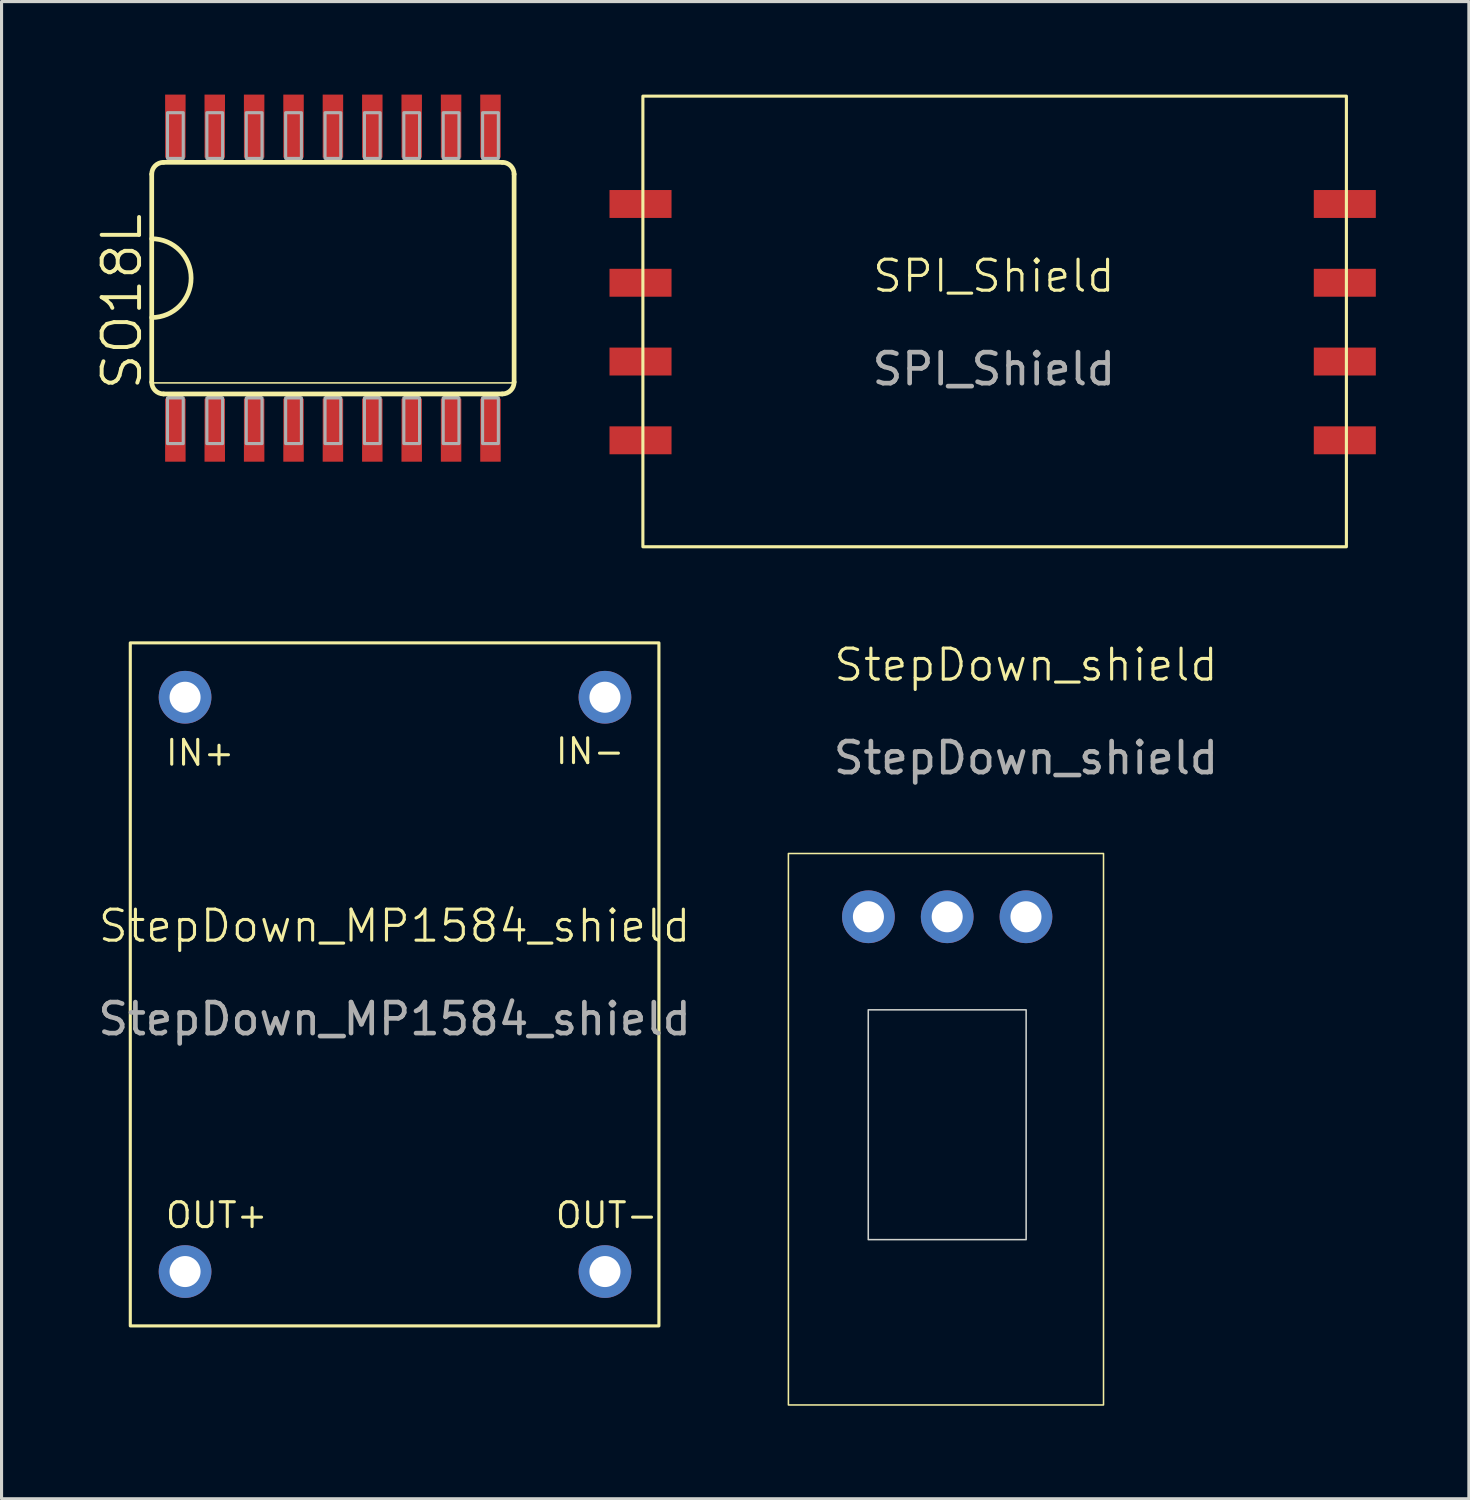
<source format=kicad_pcb>
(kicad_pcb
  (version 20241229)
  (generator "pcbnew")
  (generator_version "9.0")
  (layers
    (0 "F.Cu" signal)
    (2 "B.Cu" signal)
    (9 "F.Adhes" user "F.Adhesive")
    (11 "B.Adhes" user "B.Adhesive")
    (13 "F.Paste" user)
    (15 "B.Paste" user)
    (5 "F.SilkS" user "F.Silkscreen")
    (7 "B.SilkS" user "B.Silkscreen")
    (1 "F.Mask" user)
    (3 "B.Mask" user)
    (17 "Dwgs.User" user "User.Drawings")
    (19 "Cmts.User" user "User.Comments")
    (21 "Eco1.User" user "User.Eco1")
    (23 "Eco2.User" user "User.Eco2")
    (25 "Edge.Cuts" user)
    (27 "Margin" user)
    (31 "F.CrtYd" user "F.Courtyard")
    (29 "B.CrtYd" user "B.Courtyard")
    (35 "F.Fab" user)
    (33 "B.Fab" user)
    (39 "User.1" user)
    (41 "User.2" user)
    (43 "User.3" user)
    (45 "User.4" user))
  (footprint "StepDown_MP1584_shield"
    (layer "F.Cu")
    (at 9.673 27.305)
    (property "Reference" "StepDown_MP1584_shield" (at 0 -0.5 0) (unlocked yes) (layer "F.SilkS") (effects (font (size 1 1) (thickness 0.1))))
    (attr through_hole)
    (fp_rect (start -8.522 -9.627) (end 8.522 12.395) (stroke (width 0.1) (type default)) (fill no) (layer "F.SilkS"))
    (fp_text user "OUT-" (at 5.131 9.296 0) (unlocked yes) (layer "F.SilkS") (effects (font (size 0.8 0.8) (thickness 0.1)) (justify left bottom)))
    (fp_text user "IN+" (at -7.442 -5.613 0) (unlocked yes) (layer "F.SilkS") (effects (font (size 0.8 0.8) (thickness 0.1)) (justify left bottom)))
    (fp_text user "OUT+" (at -7.442 9.296 0) (unlocked yes) (layer "F.SilkS") (effects (font (size 0.8 0.8) (thickness 0.1)) (justify left bottom)))
    (fp_text user "IN-" (at 5.131 -5.664 0) (unlocked yes) (layer "F.SilkS") (effects (font (size 0.8 0.8) (thickness 0.1)) (justify left bottom)))
    (fp_text user "${REFERENCE}" (at 0 2.5 0) (unlocked yes) (layer "F.Fab") (effects (font (size 1 1) (thickness 0.15))))
    (pad "1" thru_hole circle (at -6.756 -7.874) (size 1.7 1.7) (drill 1) (layers "*.Cu" "*.Mask"))
    (pad "2" thru_hole circle (at 6.782 -7.874) (size 1.7 1.7) (drill 1) (layers "*.Cu" "*.Mask"))
    (pad "3" thru_hole circle (at -6.756 10.643) (size 1.7 1.7) (drill 1) (layers "*.Cu" "*.Mask"))
    (pad "4" thru_hole circle (at 6.782 10.643) (size 1.7 1.7) (drill 1) (layers "*.Cu" "*.Mask")))
  (footprint "StepDown_shield"
    (layer "F.Cu")
    (at 30.03 18.889)
    (property "Reference" "StepDown_shield" (at 0 -0.5 0) (unlocked yes) (layer "F.SilkS") (effects (font (size 1 1) (thickness 0.1))))
    (attr through_hole)
    (fp_rect (start -7.66 5.58) (end 2.5 23.36) (stroke (width 0.05) (type default)) (fill no) (layer "F.SilkS"))
    (fp_rect (start -5.085 10.62) (end 0.005 18.03) (stroke (width 0.05) (type default)) (fill no) (layer "Edge.Cuts"))
    (fp_text user "${REFERENCE}" (at 0 2.5 0) (unlocked yes) (layer "F.Fab") (effects (font (size 1 1) (thickness 0.15))))
    (pad "1" thru_hole circle (at 0 7.62) (size 1.7 1.7) (drill 1) (layers "*.Cu" "*.Mask"))
    (pad "2" thru_hole circle (at -2.54 7.62) (size 1.7 1.7) (drill 1) (layers "*.Cu" "*.Mask"))
    (pad "3" thru_hole circle (at -5.08 7.62) (size 1.7 1.7) (drill 1) (layers "*.Cu" "*.Mask")))
  (footprint "SO18L"
    (layer "F.Cu")
    (at 7.684 5.918)
    (property "Reference" "SO18L" (at -6.096 3.683 90) (layer "F.SilkS") (effects (font (size 1.206 1.206) (thickness 0.127)) (justify left bottom)))
    (attr through_hole)
    (fp_line (start -5.842 -3.353) (end -5.842 3.353) (stroke (width 0.152) (type solid)) (layer "F.SilkS"))
    (fp_line (start -5.842 3.378) (end 5.842 3.378) (stroke (width 0.051) (type solid)) (layer "F.SilkS"))
    (fp_line (start -5.461 3.734) (end 5.461 3.734) (stroke (width 0.152) (type solid)) (layer "F.SilkS"))
    (fp_line (start 5.461 -3.734) (end -5.461 -3.734) (stroke (width 0.152) (type solid)) (layer "F.SilkS"))
    (fp_line (start 5.842 3.353) (end 5.842 -3.353) (stroke (width 0.152) (type solid)) (layer "F.SilkS"))
    (fp_arc (start -5.842 -3.3528) (mid -5.730408 -3.622208) (end -5.461 -3.7338) (stroke (width 0.1524) (type solid)) (layer "F.SilkS"))
    (fp_arc (start -5.842 -1.27) (mid -4.572 0) (end -5.842 1.27) (stroke (width 0.1524) (type solid)) (layer "F.SilkS"))
    (fp_arc (start -5.461 3.7338) (mid -5.730408 3.622208) (end -5.842 3.3528) (stroke (width 0.1524) (type solid)) (layer "F.SilkS"))
    (fp_arc (start 5.461 -3.7338) (mid 5.730408 -3.622208) (end 5.842 -3.3528) (stroke (width 0.1524) (type solid)) (layer "F.SilkS"))
    (fp_arc (start 5.842 3.3528) (mid 5.730408 3.622208) (end 5.461 3.7338) (stroke (width 0.1524) (type solid)) (layer "F.SilkS"))
    (fp_poly (pts (xy -5.334 -3.734) (xy -4.826 -3.734) (xy -4.826 -3.861) (xy -5.334 -3.861)) (stroke (width 0) (type solid)) (fill yes) (layer "F.SilkS"))
    (fp_poly (pts (xy -5.334 3.861) (xy -4.826 3.861) (xy -4.826 3.734) (xy -5.334 3.734)) (stroke (width 0) (type solid)) (fill yes) (layer "F.SilkS"))
    (fp_poly (pts (xy -4.064 -3.734) (xy -3.556 -3.734) (xy -3.556 -3.861) (xy -4.064 -3.861)) (stroke (width 0) (type solid)) (fill yes) (layer "F.SilkS"))
    (fp_poly (pts (xy -4.064 3.861) (xy -3.556 3.861) (xy -3.556 3.734) (xy -4.064 3.734)) (stroke (width 0) (type solid)) (fill yes) (layer "F.SilkS"))
    (fp_poly (pts (xy -2.794 -3.734) (xy -2.286 -3.734) (xy -2.286 -3.861) (xy -2.794 -3.861)) (stroke (width 0) (type solid)) (fill yes) (layer "F.SilkS"))
    (fp_poly (pts (xy -2.794 3.861) (xy -2.286 3.861) (xy -2.286 3.734) (xy -2.794 3.734)) (stroke (width 0) (type solid)) (fill yes) (layer "F.SilkS"))
    (fp_poly (pts (xy -1.524 -3.734) (xy -1.016 -3.734) (xy -1.016 -3.861) (xy -1.524 -3.861)) (stroke (width 0) (type solid)) (fill yes) (layer "F.SilkS"))
    (fp_poly (pts (xy -1.524 3.861) (xy -1.016 3.861) (xy -1.016 3.734) (xy -1.524 3.734)) (stroke (width 0) (type solid)) (fill yes) (layer "F.SilkS"))
    (fp_poly (pts (xy -0.254 -3.734) (xy 0.254 -3.734) (xy 0.254 -3.861) (xy -0.254 -3.861)) (stroke (width 0) (type solid)) (fill yes) (layer "F.SilkS"))
    (fp_poly (pts (xy -0.254 3.861) (xy 0.254 3.861) (xy 0.254 3.734) (xy -0.254 3.734)) (stroke (width 0) (type solid)) (fill yes) (layer "F.SilkS"))
    (fp_poly (pts (xy 1.016 -3.734) (xy 1.524 -3.734) (xy 1.524 -3.861) (xy 1.016 -3.861)) (stroke (width 0) (type solid)) (fill yes) (layer "F.SilkS"))
    (fp_poly (pts (xy 1.016 3.861) (xy 1.524 3.861) (xy 1.524 3.734) (xy 1.016 3.734)) (stroke (width 0) (type solid)) (fill yes) (layer "F.SilkS"))
    (fp_poly (pts (xy 2.286 -3.734) (xy 2.794 -3.734) (xy 2.794 -3.861) (xy 2.286 -3.861)) (stroke (width 0) (type solid)) (fill yes) (layer "F.SilkS"))
    (fp_poly (pts (xy 2.286 3.861) (xy 2.794 3.861) (xy 2.794 3.734) (xy 2.286 3.734)) (stroke (width 0) (type solid)) (fill yes) (layer "F.SilkS"))
    (fp_poly (pts (xy 3.556 -3.734) (xy 4.064 -3.734) (xy 4.064 -3.861) (xy 3.556 -3.861)) (stroke (width 0) (type solid)) (fill yes) (layer "F.SilkS"))
    (fp_poly (pts (xy 3.556 3.861) (xy 4.064 3.861) (xy 4.064 3.734) (xy 3.556 3.734)) (stroke (width 0) (type solid)) (fill yes) (layer "F.SilkS"))
    (fp_poly (pts (xy 4.826 -3.734) (xy 5.334 -3.734) (xy 5.334 -3.861) (xy 4.826 -3.861)) (stroke (width 0) (type solid)) (fill yes) (layer "F.SilkS"))
    (fp_poly (pts (xy 4.826 3.861) (xy 5.334 3.861) (xy 5.334 3.734) (xy 4.826 3.734)) (stroke (width 0) (type solid)) (fill yes) (layer "F.SilkS"))
    (fp_poly (pts (xy -5.334 -3.861) (xy -4.826 -3.861) (xy -4.826 -5.334) (xy -5.334 -5.334)) (stroke (width 0.1) (type solid)) (fill no) (layer "F.Fab"))
    (fp_poly (pts (xy -5.334 5.334) (xy -4.826 5.334) (xy -4.826 3.861) (xy -5.334 3.861)) (stroke (width 0.1) (type solid)) (fill no) (layer "F.Fab"))
    (fp_poly (pts (xy -4.064 -3.861) (xy -3.556 -3.861) (xy -3.556 -5.334) (xy -4.064 -5.334)) (stroke (width 0.1) (type solid)) (fill no) (layer "F.Fab"))
    (fp_poly (pts (xy -4.064 5.334) (xy -3.556 5.334) (xy -3.556 3.861) (xy -4.064 3.861)) (stroke (width 0.1) (type solid)) (fill no) (layer "F.Fab"))
    (fp_poly (pts (xy -2.794 -3.861) (xy -2.286 -3.861) (xy -2.286 -5.334) (xy -2.794 -5.334)) (stroke (width 0.1) (type solid)) (fill no) (layer "F.Fab"))
    (fp_poly (pts (xy -2.794 5.334) (xy -2.286 5.334) (xy -2.286 3.861) (xy -2.794 3.861)) (stroke (width 0.1) (type solid)) (fill no) (layer "F.Fab"))
    (fp_poly (pts (xy -1.524 -3.861) (xy -1.016 -3.861) (xy -1.016 -5.334) (xy -1.524 -5.334)) (stroke (width 0.1) (type solid)) (fill no) (layer "F.Fab"))
    (fp_poly (pts (xy -1.524 5.334) (xy -1.016 5.334) (xy -1.016 3.861) (xy -1.524 3.861)) (stroke (width 0.1) (type solid)) (fill no) (layer "F.Fab"))
    (fp_poly (pts (xy -0.254 -3.861) (xy 0.254 -3.861) (xy 0.254 -5.334) (xy -0.254 -5.334)) (stroke (width 0.1) (type solid)) (fill no) (layer "F.Fab"))
    (fp_poly (pts (xy -0.254 5.334) (xy 0.254 5.334) (xy 0.254 3.861) (xy -0.254 3.861)) (stroke (width 0.1) (type solid)) (fill no) (layer "F.Fab"))
    (fp_poly (pts (xy 1.016 -3.861) (xy 1.524 -3.861) (xy 1.524 -5.334) (xy 1.016 -5.334)) (stroke (width 0.1) (type solid)) (fill no) (layer "F.Fab"))
    (fp_poly (pts (xy 1.016 5.334) (xy 1.524 5.334) (xy 1.524 3.861) (xy 1.016 3.861)) (stroke (width 0.1) (type solid)) (fill no) (layer "F.Fab"))
    (fp_poly (pts (xy 2.286 -3.861) (xy 2.794 -3.861) (xy 2.794 -5.334) (xy 2.286 -5.334)) (stroke (width 0.1) (type solid)) (fill no) (layer "F.Fab"))
    (fp_poly (pts (xy 2.286 5.334) (xy 2.794 5.334) (xy 2.794 3.861) (xy 2.286 3.861)) (stroke (width 0.1) (type solid)) (fill no) (layer "F.Fab"))
    (fp_poly (pts (xy 3.556 -3.861) (xy 4.064 -3.861) (xy 4.064 -5.334) (xy 3.556 -5.334)) (stroke (width 0.1) (type solid)) (fill no) (layer "F.Fab"))
    (fp_poly (pts (xy 3.556 5.334) (xy 4.064 5.334) (xy 4.064 3.861) (xy 3.556 3.861)) (stroke (width 0.1) (type solid)) (fill no) (layer "F.Fab"))
    (fp_poly (pts (xy 4.826 -3.861) (xy 5.334 -3.861) (xy 5.334 -5.334) (xy 4.826 -5.334)) (stroke (width 0.1) (type solid)) (fill no) (layer "F.Fab"))
    (fp_poly (pts (xy 4.826 5.334) (xy 5.334 5.334) (xy 5.334 3.861) (xy 4.826 3.861)) (stroke (width 0.1) (type solid)) (fill no) (layer "F.Fab"))
    (pad "1" smd rect (at -5.08 4.902) (size 0.66 2.032) (layers "F.Cu" "F.Mask" "F.Paste"))
    (pad "2" smd rect (at -3.81 4.902) (size 0.66 2.032) (layers "F.Cu" "F.Mask" "F.Paste"))
    (pad "3" smd rect (at -2.54 4.902) (size 0.66 2.032) (layers "F.Cu" "F.Mask" "F.Paste"))
    (pad "4" smd rect (at -1.27 4.902) (size 0.66 2.032) (layers "F.Cu" "F.Mask" "F.Paste"))
    (pad "5" smd rect (at 0 4.902) (size 0.66 2.032) (layers "F.Cu" "F.Mask" "F.Paste"))
    (pad "6" smd rect (at 1.27 4.902) (size 0.66 2.032) (layers "F.Cu" "F.Mask" "F.Paste"))
    (pad "7" smd rect (at 2.54 4.902) (size 0.66 2.032) (layers "F.Cu" "F.Mask" "F.Paste"))
    (pad "8" smd rect (at 3.81 4.902) (size 0.66 2.032) (layers "F.Cu" "F.Mask" "F.Paste"))
    (pad "9" smd rect (at 5.08 4.902) (size 0.66 2.032) (layers "F.Cu" "F.Mask" "F.Paste"))
    (pad "10" smd rect (at 5.08 -4.902) (size 0.66 2.032) (layers "F.Cu" "F.Mask" "F.Paste"))
    (pad "11" smd rect (at 3.81 -4.902) (size 0.66 2.032) (layers "F.Cu" "F.Mask" "F.Paste"))
    (pad "12" smd rect (at 2.54 -4.902) (size 0.66 2.032) (layers "F.Cu" "F.Mask" "F.Paste"))
    (pad "13" smd rect (at 1.27 -4.902) (size 0.66 2.032) (layers "F.Cu" "F.Mask" "F.Paste"))
    (pad "14" smd rect (at 0 -4.902) (size 0.66 2.032) (layers "F.Cu" "F.Mask" "F.Paste"))
    (pad "15" smd rect (at -1.27 -4.902) (size 0.66 2.032) (layers "F.Cu" "F.Mask" "F.Paste"))
    (pad "16" smd rect (at -2.54 -4.902) (size 0.66 2.032) (layers "F.Cu" "F.Mask" "F.Paste"))
    (pad "17" smd rect (at -3.81 -4.902) (size 0.66 2.032) (layers "F.Cu" "F.Mask" "F.Paste"))
    (pad "18" smd rect (at -5.08 -4.902) (size 0.66 2.032) (layers "F.Cu" "F.Mask" "F.Paste")))
  (footprint "SPI_Shield"
    (layer "F.Cu")
    (at 28.994 6.349)
    (property "Reference" "SPI_Shield" (at 0 -0.5 0) (unlocked yes) (layer "F.SilkS") (effects (font (size 1 1) (thickness 0.1))))
    (attr smd)
    (fp_rect (start -11.316 -6.299) (end 11.367 8.23) (stroke (width 0.1) (type default)) (fill no) (layer "F.SilkS"))
    (fp_text user "${REFERENCE}" (at 0 2.5 0) (unlocked yes) (layer "F.Fab") (effects (font (size 1 1) (thickness 0.15))))
    (pad "1" smd rect (at -11.392 -2.822) (size 2 0.9) (layers "F.Cu" "F.Mask" "F.Paste"))
    (pad "2" smd rect (at -11.392 -0.282) (size 2 0.9) (layers "F.Cu" "F.Mask" "F.Paste"))
    (pad "3" smd rect (at -11.392 2.258) (size 2 0.9) (layers "F.Cu" "F.Mask" "F.Paste"))
    (pad "4" smd rect (at -11.392 4.798) (size 2 0.9) (layers "F.Cu" "F.Mask" "F.Paste"))
    (pad "5" smd rect (at 11.316 -2.822) (size 2 0.9) (layers "F.Cu" "F.Mask" "F.Paste"))
    (pad "6" smd rect (at 11.316 -0.282) (size 2 0.9) (layers "F.Cu" "F.Mask" "F.Paste"))
    (pad "7" smd rect (at 11.316 2.258) (size 2 0.9) (layers "F.Cu" "F.Mask" "F.Paste"))
    (pad "8" smd rect (at 11.316 4.798) (size 2 0.9) (layers "F.Cu" "F.Mask" "F.Paste")))
  (gr_rect
    (start -3 -3)
    (end 44.31 45.274)
    (stroke (width 0.1) (type default))
    (fill no)
    (layer "Edge.Cuts")))
</source>
